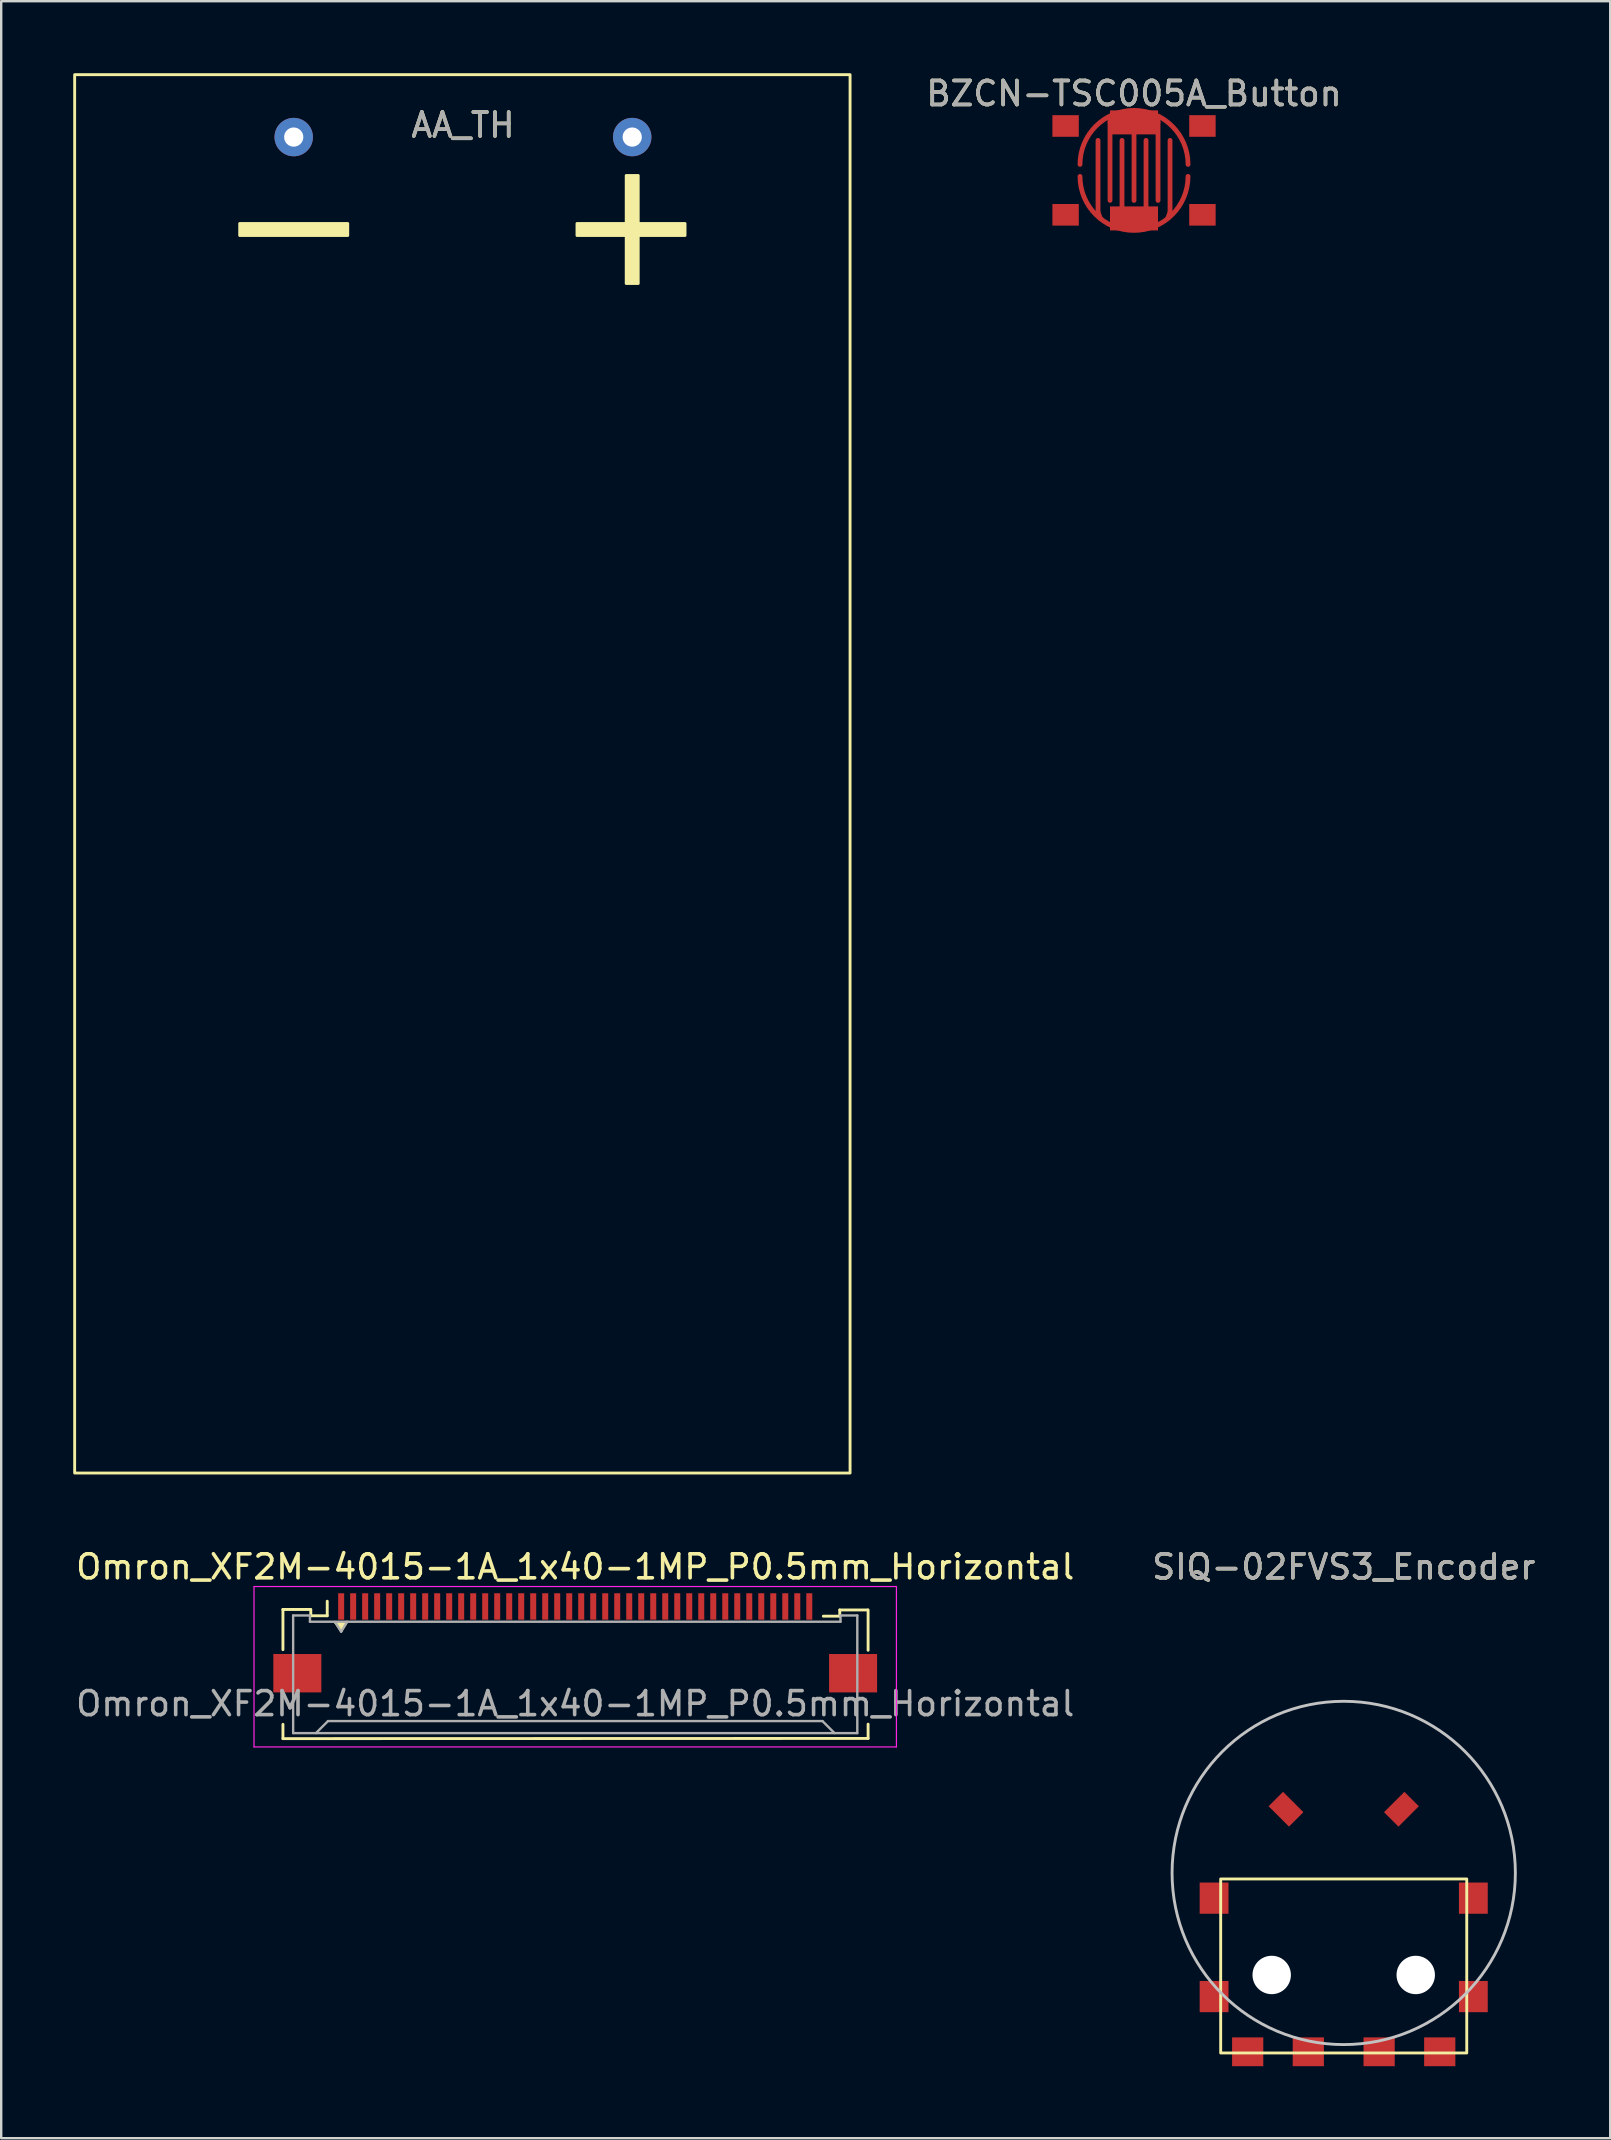
<source format=kicad_pcb>
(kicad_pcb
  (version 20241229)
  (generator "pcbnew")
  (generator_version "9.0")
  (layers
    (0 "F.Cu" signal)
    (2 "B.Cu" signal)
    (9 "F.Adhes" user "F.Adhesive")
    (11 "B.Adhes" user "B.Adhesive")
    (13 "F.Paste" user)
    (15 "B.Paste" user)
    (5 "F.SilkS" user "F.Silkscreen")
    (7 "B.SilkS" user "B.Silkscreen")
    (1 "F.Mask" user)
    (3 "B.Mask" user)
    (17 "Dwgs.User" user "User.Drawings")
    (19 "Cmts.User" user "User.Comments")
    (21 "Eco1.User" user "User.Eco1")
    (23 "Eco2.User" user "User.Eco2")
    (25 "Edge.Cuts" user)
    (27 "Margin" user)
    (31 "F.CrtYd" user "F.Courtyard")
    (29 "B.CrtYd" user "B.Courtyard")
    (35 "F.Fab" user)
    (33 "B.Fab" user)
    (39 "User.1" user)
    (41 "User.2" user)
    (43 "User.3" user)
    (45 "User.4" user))
  (footprint "BZCN-TSC005A_Button"
    (layer "F.Cu")
    (at 44.188 4.048)
    (property "Reference" "BZCN-TSC005A_Button" (at 0 -3.2 0) (unlocked yes) (layer "F.SilkS") (effects (font (size 1 1) (thickness 0.15))))
    (attr smd)
    (fp_line (start -1.5 1.75) (end -1.5 -1.25) (stroke (width 0.2) (type solid)) (layer "F.Cu"))
    (fp_line (start -1.5 1.75) (end -1.4 2) (stroke (width 0.2) (type solid)) (layer "F.Cu"))
    (fp_line (start -1 -2) (end -1 -2.2) (stroke (width 0.2) (type solid)) (layer "F.Cu"))
    (fp_line (start -1 -2) (end -1 1.25) (stroke (width 0.2) (type solid)) (layer "F.Cu"))
    (fp_line (start -0.5 1.5) (end -0.5 -1.25) (stroke (width 0.2) (type solid)) (layer "F.Cu"))
    (fp_line (start 0 -1.5) (end 0 1.25) (stroke (width 0.2) (type solid)) (layer "F.Cu"))
    (fp_line (start 0.5 1.5) (end 0.5 -1.25) (stroke (width 0.2) (type solid)) (layer "F.Cu"))
    (fp_line (start 1 -2) (end 1 -2.2) (stroke (width 0.2) (type solid)) (layer "F.Cu"))
    (fp_line (start 1 -2) (end 1 1.25) (stroke (width 0.2) (type solid)) (layer "F.Cu"))
    (fp_line (start 1.5 1.75) (end 1.4 2) (stroke (width 0.2) (type solid)) (layer "F.Cu"))
    (fp_line (start 1.5 1.75) (end 1.5 -1.25) (stroke (width 0.2) (type solid)) (layer "F.Cu"))
    (fp_arc (start -2.25 -0.25) (mid 0 -2.5) (end 2.25 -0.25) (stroke (width 0.2) (type solid)) (layer "F.Cu"))
    (fp_arc (start 2.25 0.25) (mid 0 2.5) (end -2.25 0.25) (stroke (width 0.2) (type solid)) (layer "F.Cu"))
    (fp_line (start -1.5 -1.25) (end -1.5 1.75) (stroke (width 0.2) (type solid)) (layer "F.Mask"))
    (fp_line (start -1 -2.25) (end -1 1.25) (stroke (width 0.2) (type solid)) (layer "F.Mask"))
    (fp_line (start -0.5 -1.25) (end -0.5 1.5) (stroke (width 0.2) (type solid)) (layer "F.Mask"))
    (fp_line (start 0 -1.5) (end 0 1.25) (stroke (width 0.2) (type solid)) (layer "F.Mask"))
    (fp_line (start 0.5 -1.25) (end 0.5 1.5) (stroke (width 0.2) (type solid)) (layer "F.Mask"))
    (fp_line (start 1 -2.25) (end 1 1.25) (stroke (width 0.2) (type solid)) (layer "F.Mask"))
    (fp_line (start 1.5 -1.25) (end 1.5 1.75) (stroke (width 0.2) (type solid)) (layer "F.Mask"))
    (fp_arc (start -2.25 -0.25) (mid 0 -2.5) (end 2.25 -0.25) (stroke (width 0.2) (type solid)) (layer "F.Mask"))
    (fp_arc (start 2.25 0.25) (mid 0 2.5) (end -2.25 0.25) (stroke (width 0.2) (type solid)) (layer "F.Mask"))
    (fp_text user "${REFERENCE}" (at 0 -3.2 0) (unlocked yes) (layer "F.Fab") (effects (font (size 1 1) (thickness 0.15))))
    (pad "1" smd rect (at -2.85 -1.85) (size 1.1 0.9) (layers "F.Cu" "F.Mask" "F.Paste"))
    (pad "1" smd rect (at 0 -2) (size 2 1) (layers "F.Cu" "F.Mask" "F.Paste"))
    (pad "1" smd rect (at 2.85 -1.85) (size 1.1 0.9) (layers "F.Cu" "F.Mask" "F.Paste"))
    (pad "2" smd rect (at -2.85 1.85) (size 1.1 0.9) (layers "F.Cu" "F.Mask" "F.Paste"))
    (pad "2" smd rect (at 0 2) (size 2 1) (layers "F.Cu" "F.Mask" "F.Paste"))
    (pad "2" smd rect (at 2.85 1.85) (size 1.1 0.9) (layers "F.Cu" "F.Mask" "F.Paste")))
  (footprint "SIQ-02FVS3_Encoder"
    (layer "F.Cu")
    (at 52.923 74.718)
    (property "Reference" "SIQ-02FVS3_Encoder" (at 0 -12.5 0) (unlocked yes) (layer "F.SilkS") (effects (font (size 1 1) (thickness 0.15))))
    (attr smd)
    (fp_rect (start -5.125 0.5) (end 5.125 7.75) (stroke (width 0.12) (type solid)) (fill no) (layer "F.SilkS"))
    (fp_circle (center 0 0.25) (end 7.15 0.25) (stroke (width 0.12) (type solid)) (fill no) (layer "Dwgs.User"))
    (fp_text user "${REFERENCE}" (at 0 -12.5 0) (unlocked yes) (layer "F.Fab") (effects (font (size 1 1) (thickness 0.15))))
    (pad "" smd rect (at -5.4 1.3) (size 1.2 1.3) (layers "F.Cu" "F.Mask" "F.Paste"))
    (pad "" smd rect (at -5.4 5.4) (size 1.2 1.3) (layers "F.Cu" "F.Mask" "F.Paste"))
    (pad "" np_thru_hole circle (at -3 4.5) (size 1.6 1.6) (drill 1.6) (layers "*.Cu" "*.Mask"))
    (pad "" smd rect (at -2.404 -2.404 315) (size 1.2 0.85) (layers "F.Cu" "F.Mask" "F.Paste"))
    (pad "" smd rect (at 2.404 -2.404 45) (size 1.2 0.85) (layers "F.Cu" "F.Mask" "F.Paste"))
    (pad "" np_thru_hole circle (at 3 4.5) (size 1.6 1.6) (drill 1.6) (layers "*.Cu" "*.Mask"))
    (pad "" smd rect (at 5.4 1.3) (size 1.2 1.3) (layers "F.Cu" "F.Mask" "F.Paste"))
    (pad "" smd rect (at 5.4 5.4) (size 1.2 1.3) (layers "F.Cu" "F.Mask" "F.Paste"))
    (pad "A" smd rect (at -4 7.7) (size 1.3 1.2) (layers "F.Cu" "F.Mask" "F.Paste"))
    (pad "B" smd rect (at 4 7.7) (size 1.3 1.2) (layers "F.Cu" "F.Mask" "F.Paste"))
    (pad "C" smd rect (at 1.475 7.7) (size 1.3 1.2) (layers "F.Cu" "F.Mask" "F.Paste"))
    (pad "S" smd rect (at -1.475 7.7) (size 1.3 1.2) (layers "F.Cu" "F.Mask" "F.Paste")))
  (footprint "AA_TH"
    (layer "F.Cu")
    (at 16.235 2.66)
    (property "Reference" "AA_TH" (at 0 -0.5 0) (unlocked yes) (layer "F.SilkS") (effects (font (size 1 1) (thickness 0.15))))
    (attr through_hole)
    (fp_rect (start -16.175 -2.6) (end 16.125 55.65) (stroke (width 0.12) (type solid)) (fill no) (layer "F.SilkS"))
    (fp_rect (start -9.3 3.6) (end -4.8 4.1) (stroke (width 0.12) (type solid)) (fill yes) (layer "F.SilkS"))
    (fp_rect (start 4.75 3.6) (end 9.25 4.1) (stroke (width 0.12) (type solid)) (fill yes) (layer "F.SilkS"))
    (fp_rect (start 6.8 6.1) (end 7.3 1.6) (stroke (width 0.12) (type solid)) (fill yes) (layer "F.SilkS"))
    (fp_text user "${REFERENCE}" (at 0 -0.5 0) (unlocked yes) (layer "F.Fab") (effects (font (size 1 1) (thickness 0.15))))
    (pad "1" thru_hole circle (at 7.05 0) (size 1.6 1.6) (drill 0.8) (layers "*.Cu" "*.Mask"))
    (pad "2" thru_hole circle (at -7.05 0) (size 1.6 1.6) (drill 0.8) (layers "*.Cu" "*.Mask")))
  (footprint "Omron_XF2M-4015-1A_1x40-1MP_P0.5mm_Horizontal"
    (layer "F.Cu")
    (at 20.911 65.918)
    (property "Reference" "Omron_XF2M-4015-1A_1x40-1MP_P0.5mm_Horizontal" (at 0 -3.7 0) (layer "F.SilkS") (effects (font (size 1 1) (thickness 0.15))))
    (attr smd)
    (fp_line (start -12.175 -1.923) (end -12.175 -0.25) (stroke (width 0.12) (type solid)) (layer "F.SilkS"))
    (fp_line (start -12.175 2.86) (end -12.175 3.455) (stroke (width 0.12) (type solid)) (layer "F.SilkS"))
    (fp_line (start -12.175 3.455) (end 12.2 3.447) (stroke (width 0.12) (type solid)) (layer "F.SilkS"))
    (fp_line (start -11.02 -1.925) (end -12.18 -1.925) (stroke (width 0.12) (type solid)) (layer "F.SilkS"))
    (fp_line (start -11.015 -1.663) (end -11.015 -1.923) (stroke (width 0.12) (type solid)) (layer "F.SilkS"))
    (fp_line (start -10.33 -1.663) (end -11.015 -1.663) (stroke (width 0.12) (type solid)) (layer "F.SilkS"))
    (fp_line (start -10.33 -1.663) (end -10.33 -2.268) (stroke (width 0.12) (type solid)) (layer "F.SilkS"))
    (fp_line (start -9.975 -1.375) (end -9.55 -1.375) (stroke (width 0.12) (type solid)) (layer "F.SilkS"))
    (fp_line (start -9.825 -1.3) (end -9.675 -1.3) (stroke (width 0.12) (type solid)) (layer "F.SilkS"))
    (fp_line (start -9.75 -1.05) (end -9.975 -1.375) (stroke (width 0.12) (type solid)) (layer "F.SilkS"))
    (fp_line (start -9.75 -1.05) (end -9.825 -1.3) (stroke (width 0.12) (type solid)) (layer "F.SilkS"))
    (fp_line (start -9.675 -1.3) (end -9.725 -1.2) (stroke (width 0.12) (type solid)) (layer "F.SilkS"))
    (fp_line (start -9.55 -1.375) (end -9.75 -1.05) (stroke (width 0.12) (type solid)) (layer "F.SilkS"))
    (fp_line (start 11.02 -1.905) (end 11.02 -1.645) (stroke (width 0.12) (type solid)) (layer "F.SilkS"))
    (fp_line (start 11.02 -1.645) (end 10.335 -1.645) (stroke (width 0.12) (type solid)) (layer "F.SilkS"))
    (fp_line (start 12.18 -1.905) (end 11.02 -1.905) (stroke (width 0.12) (type solid)) (layer "F.SilkS"))
    (fp_line (start 12.2 -0.225) (end 12.2 -1.905) (stroke (width 0.12) (type solid)) (layer "F.SilkS"))
    (fp_line (start 12.2 3.447) (end 12.2 2.853) (stroke (width 0.12) (type solid)) (layer "F.SilkS"))
    (fp_line (start -13.38 -2.88) (end 13.38 -2.88) (stroke (width 0.05) (type solid)) (layer "F.CrtYd"))
    (fp_line (start -13.38 3.8) (end -13.38 -2.88) (stroke (width 0.05) (type solid)) (layer "F.CrtYd"))
    (fp_line (start 13.38 -2.88) (end 13.38 3.8) (stroke (width 0.05) (type solid)) (layer "F.CrtYd"))
    (fp_line (start 13.38 3.8) (end -13.38 3.8) (stroke (width 0.05) (type solid)) (layer "F.CrtYd"))
    (fp_line (start -11.75 -1.675) (end -11.75 3.225) (stroke (width 0.1) (type solid)) (layer "F.Fab"))
    (fp_line (start -11.75 3.225) (end 11.75 3.225) (stroke (width 0.1) (type solid)) (layer "F.Fab"))
    (fp_line (start -11.05 -1.675) (end -11.75 -1.675) (stroke (width 0.1) (type solid)) (layer "F.Fab"))
    (fp_line (start -11.05 -1.675) (end -11.05 -1.415) (stroke (width 0.1) (type solid)) (layer "F.Fab"))
    (fp_line (start -10.3 2.725) (end -10.8 3.225) (stroke (width 0.1) (type solid)) (layer "F.Fab"))
    (fp_line (start -10.3 2.725) (end 10.3 2.725) (stroke (width 0.1) (type solid)) (layer "F.Fab"))
    (fp_line (start -9.75 -1) (end -10 -1.4) (stroke (width 0.1) (type solid)) (layer "F.Fab"))
    (fp_line (start -9.5 -1.415) (end -9.75 -1) (stroke (width 0.1) (type solid)) (layer "F.Fab"))
    (fp_line (start 10.3 2.725) (end 10.8 3.225) (stroke (width 0.1) (type solid)) (layer "F.Fab"))
    (fp_line (start 11.05 -1.675) (end 11.05 -1.415) (stroke (width 0.1) (type solid)) (layer "F.Fab"))
    (fp_line (start 11.05 -1.675) (end 11.75 -1.675) (stroke (width 0.1) (type solid)) (layer "F.Fab"))
    (fp_line (start 11.05 -1.415) (end -11.05 -1.415) (stroke (width 0.1) (type solid)) (layer "F.Fab"))
    (fp_line (start 11.75 3.225) (end 11.75 -1.675) (stroke (width 0.1) (type solid)) (layer "F.Fab"))
    (fp_text user "${REFERENCE}" (at 0 2 0) (layer "F.Fab") (effects (font (size 1 1) (thickness 0.15))))
    (pad "" smd rect (at -11.575 0.73) (size 2 1.6) (layers "F.Cu" "F.Mask" "F.Paste"))
    (pad "" smd rect (at 11.575 0.73) (size 2 1.6) (layers "F.Cu" "F.Mask" "F.Paste"))
    (pad "1" smd rect (at -9.75 -2.05) (size 0.25 1.1) (layers "F.Cu" "F.Mask" "F.Paste"))
    (pad "2" smd rect (at -9.25 -2.05) (size 0.25 1.1) (layers "F.Cu" "F.Mask" "F.Paste"))
    (pad "3" smd rect (at -8.75 -2.05) (size 0.25 1.1) (layers "F.Cu" "F.Mask" "F.Paste"))
    (pad "4" smd rect (at -8.25 -2.05) (size 0.25 1.1) (layers "F.Cu" "F.Mask" "F.Paste"))
    (pad "5" smd rect (at -7.75 -2.05) (size 0.25 1.1) (layers "F.Cu" "F.Mask" "F.Paste"))
    (pad "6" smd rect (at -7.25 -2.05) (size 0.25 1.1) (layers "F.Cu" "F.Mask" "F.Paste"))
    (pad "7" smd rect (at -6.75 -2.05) (size 0.25 1.1) (layers "F.Cu" "F.Mask" "F.Paste"))
    (pad "8" smd rect (at -6.25 -2.05) (size 0.25 1.1) (layers "F.Cu" "F.Mask" "F.Paste"))
    (pad "9" smd rect (at -5.75 -2.05) (size 0.25 1.1) (layers "F.Cu" "F.Mask" "F.Paste"))
    (pad "10" smd rect (at -5.25 -2.05) (size 0.25 1.1) (layers "F.Cu" "F.Mask" "F.Paste"))
    (pad "11" smd rect (at -4.75 -2.05) (size 0.25 1.1) (layers "F.Cu" "F.Mask" "F.Paste"))
    (pad "12" smd rect (at -4.25 -2.05) (size 0.25 1.1) (layers "F.Cu" "F.Mask" "F.Paste"))
    (pad "13" smd rect (at -3.75 -2.05) (size 0.25 1.1) (layers "F.Cu" "F.Mask" "F.Paste"))
    (pad "14" smd rect (at -3.25 -2.05) (size 0.25 1.1) (layers "F.Cu" "F.Mask" "F.Paste"))
    (pad "15" smd rect (at -2.75 -2.05) (size 0.25 1.1) (layers "F.Cu" "F.Mask" "F.Paste"))
    (pad "16" smd rect (at -2.25 -2.05) (size 0.25 1.1) (layers "F.Cu" "F.Mask" "F.Paste"))
    (pad "17" smd rect (at -1.75 -2.05) (size 0.25 1.1) (layers "F.Cu" "F.Mask" "F.Paste"))
    (pad "18" smd rect (at -1.25 -2.05) (size 0.25 1.1) (layers "F.Cu" "F.Mask" "F.Paste"))
    (pad "19" smd rect (at -0.75 -2.05) (size 0.25 1.1) (layers "F.Cu" "F.Mask" "F.Paste"))
    (pad "20" smd rect (at -0.25 -2.05) (size 0.25 1.1) (layers "F.Cu" "F.Mask" "F.Paste"))
    (pad "21" smd rect (at 0.25 -2.05) (size 0.25 1.1) (layers "F.Cu" "F.Mask" "F.Paste"))
    (pad "22" smd rect (at 0.75 -2.05) (size 0.25 1.1) (layers "F.Cu" "F.Mask" "F.Paste"))
    (pad "23" smd rect (at 1.25 -2.05) (size 0.25 1.1) (layers "F.Cu" "F.Mask" "F.Paste"))
    (pad "24" smd rect (at 1.75 -2.05) (size 0.25 1.1) (layers "F.Cu" "F.Mask" "F.Paste"))
    (pad "25" smd rect (at 2.25 -2.05) (size 0.25 1.1) (layers "F.Cu" "F.Mask" "F.Paste"))
    (pad "26" smd rect (at 2.75 -2.05) (size 0.25 1.1) (layers "F.Cu" "F.Mask" "F.Paste"))
    (pad "27" smd rect (at 3.25 -2.05) (size 0.25 1.1) (layers "F.Cu" "F.Mask" "F.Paste"))
    (pad "28" smd rect (at 3.75 -2.05) (size 0.25 1.1) (layers "F.Cu" "F.Mask" "F.Paste"))
    (pad "29" smd rect (at 4.25 -2.05) (size 0.25 1.1) (layers "F.Cu" "F.Mask" "F.Paste"))
    (pad "30" smd rect (at 4.75 -2.05) (size 0.25 1.1) (layers "F.Cu" "F.Mask" "F.Paste"))
    (pad "31" smd rect (at 5.25 -2.05) (size 0.25 1.1) (layers "F.Cu" "F.Mask" "F.Paste"))
    (pad "32" smd rect (at 5.75 -2.05) (size 0.25 1.1) (layers "F.Cu" "F.Mask" "F.Paste"))
    (pad "33" smd rect (at 6.25 -2.05) (size 0.25 1.1) (layers "F.Cu" "F.Mask" "F.Paste"))
    (pad "34" smd rect (at 6.75 -2.05) (size 0.25 1.1) (layers "F.Cu" "F.Mask" "F.Paste"))
    (pad "35" smd rect (at 7.25 -2.05) (size 0.25 1.1) (layers "F.Cu" "F.Mask" "F.Paste"))
    (pad "36" smd rect (at 7.75 -2.05) (size 0.25 1.1) (layers "F.Cu" "F.Mask" "F.Paste"))
    (pad "37" smd rect (at 8.25 -2.05) (size 0.25 1.1) (layers "F.Cu" "F.Mask" "F.Paste"))
    (pad "38" smd rect (at 8.75 -2.05) (size 0.25 1.1) (layers "F.Cu" "F.Mask" "F.Paste"))
    (pad "39" smd rect (at 9.25 -2.05) (size 0.25 1.1) (layers "F.Cu" "F.Mask" "F.Paste"))
    (pad "40" smd rect (at 9.75 -2.05) (size 0.25 1.1) (layers "F.Cu" "F.Mask" "F.Paste")))
  (gr_rect
    (start -3 -3)
    (end 64.024 86.018)
    (stroke (width 0.1) (type default))
    (fill no)
    (layer "Edge.Cuts")))
</source>
